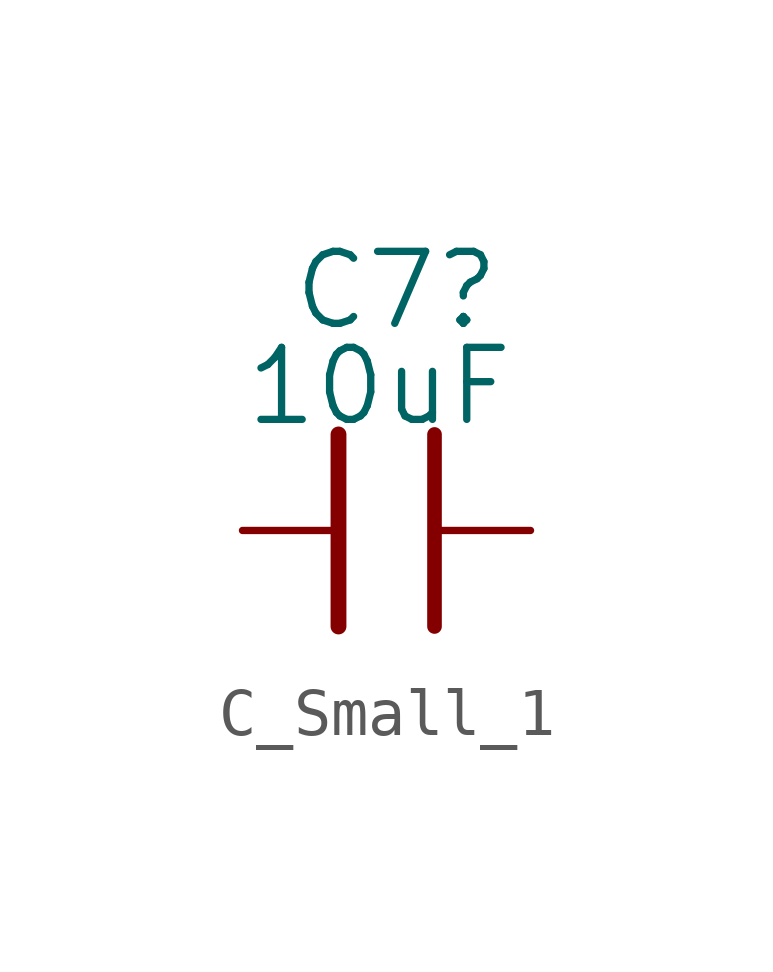
<source format=kicad_sym>
(kicad_symbol_lib
  (version 20220914)
  (generator kicad_symbol_editor)
  (symbol "C_Small_1"
    (pin_numbers hide)
    (pin_names
      (offset 0.254) hide)
    (property "Reference" "C7"
      (at -2 5 0)
      (effects (font (size 1.5 1.5)) (justify left)))
    (property "Value" "10uF"
      (at -3 3 0)
      (effects (font (size 1.5 1.5)) (justify left)))
    (symbol "C_Small_1_0_1"
      (polyline (pts (xy -1 2) (xy -1 -2)) (stroke (width 0.33) (type default)) (fill (type none)))
      (polyline (pts (xy 1 2) (xy 1 -2)) (stroke (width 0.305) (type default)) (fill (type none))))
    (symbol "C_Small_1_1_1"
      (pin passive line (at 3 0 180) (length 2) (name "~" (effects (font (size 1.5 1.5)))) (number "1" (effects (font (size 1.5 1.5)))))
      (pin passive line (at -3 0 0) (length 2) (name "~" (effects (font (size 1.5 1.5)))) (number "2" (effects (font (size 1.5 1.5))))))))
</source>
